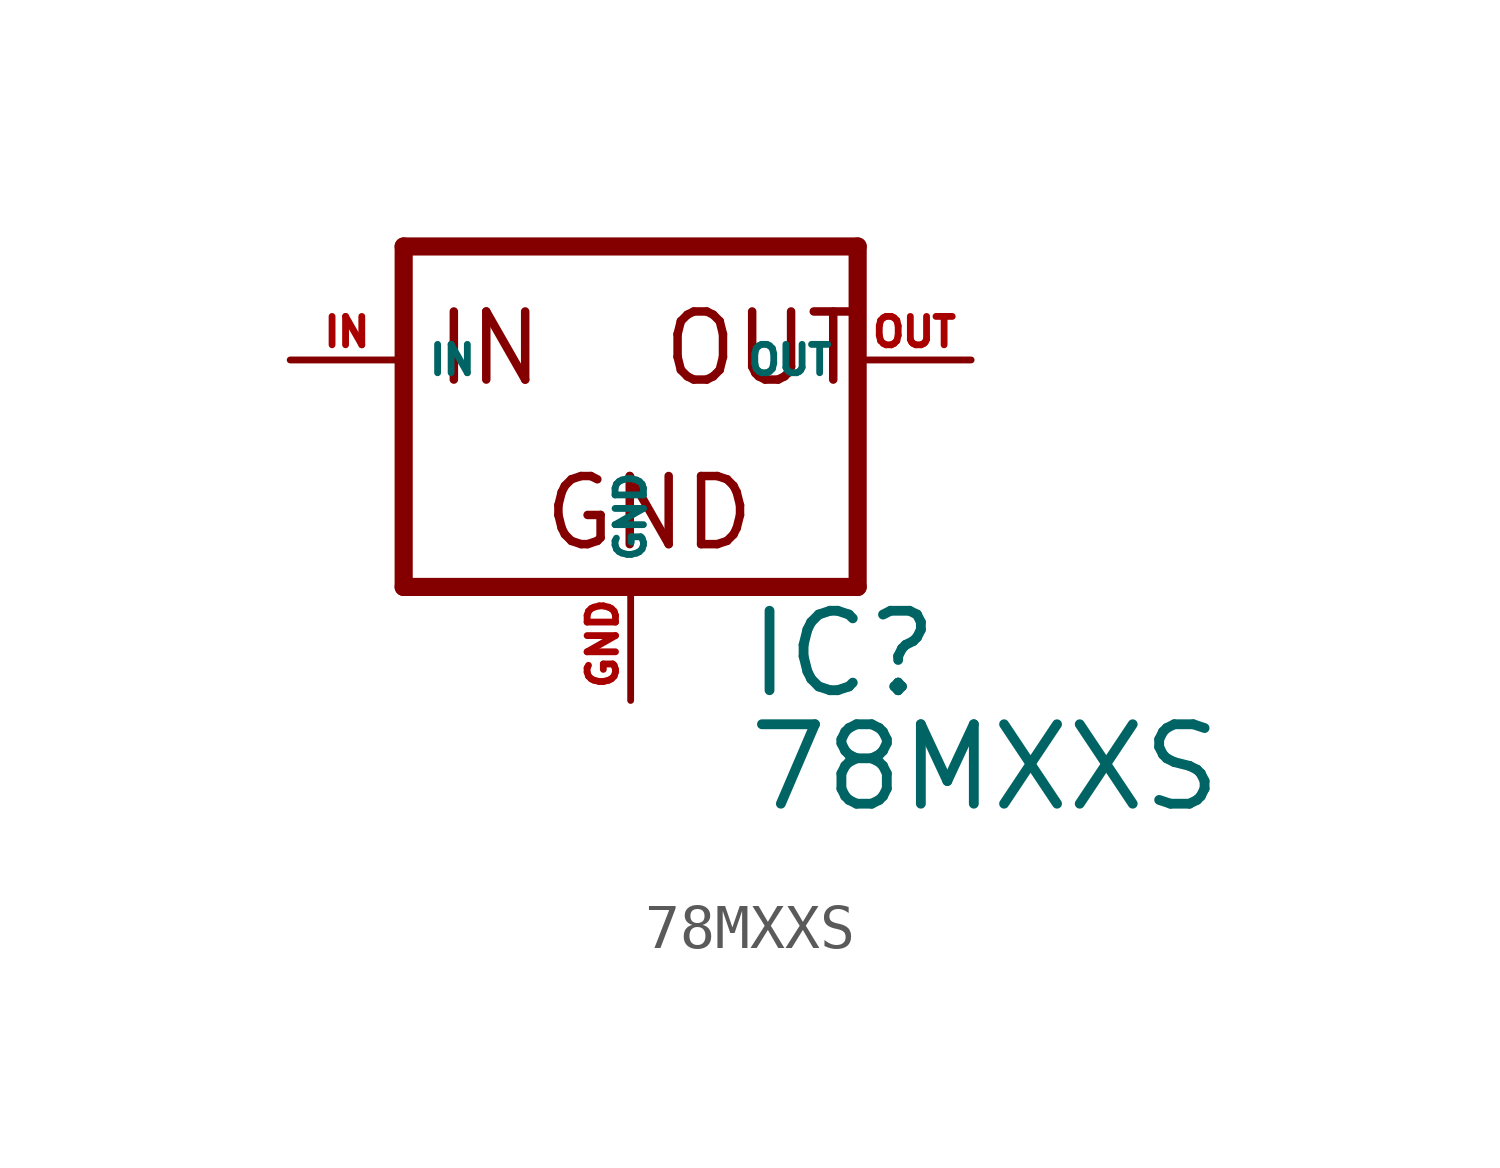
<source format=kicad_sym>
(kicad_symbol_lib
  (version 20220914)
  (generator Eagle2Kicad)
  (symbol "78MXXS"
    (property "Reference" "IC"
      (at 2.54 -7.62 0)
      (effects (font (size 1.778 1.778) (thickness 0.22)) (justify left bottom)))
    (property "Value" "78MXXS"
      (at 2.54 -10.16 0)
      (effects (font (size 1.778 1.778) (thickness 0.22)) (justify left bottom)))
    (polyline
      (pts (xy -5.08 -5.08) (xy 5.08 -5.08))
      (stroke (width 0.406) (type default))
      (fill (type none)))
    (polyline
      (pts (xy 5.08 -5.08) (xy 5.08 2.54))
      (stroke (width 0.406) (type default))
      (fill (type none)))
    (polyline
      (pts (xy 5.08 2.54) (xy -5.08 2.54))
      (stroke (width 0.406) (type default))
      (fill (type none)))
    (polyline
      (pts (xy -5.08 2.54) (xy -5.08 -5.08))
      (stroke (width 0.406) (type default))
      (fill (type none)))
    (text "GND"
      (at -2.032 -4.318 0)
      (effects (font (size 1.524 1.524) (thickness 0.19)) (justify left bottom)))
    (text "IN"
      (at -4.445 -0.635 0)
      (effects (font (size 1.524 1.524) (thickness 0.19)) (justify left bottom)))
    (text "OUT"
      (at 0.635 -0.635 0)
      (effects (font (size 1.524 1.524) (thickness 0.19)) (justify left bottom)))
    (pin input line
      (at -7.62 0 0)
      (length 2.54)
      (name "IN" (effects (font (size 0.635 0.635) (thickness 0.08)) (justify left bottom)))
      (number "IN" (effects (font (size 0.635 0.635) (thickness 0.08)) (justify left bottom))))
    (pin input line
      (at 0 -7.62 90)
      (length 2.54)
      (name "GND" (effects (font (size 0.635 0.635) (thickness 0.08)) (justify left bottom)))
      (number "GND" (effects (font (size 0.635 0.635) (thickness 0.08)) (justify left bottom))))
    (pin passive line
      (at 7.62 0 180)
      (length 2.54)
      (name "OUT" (effects (font (size 0.635 0.635) (thickness 0.08)) (justify left bottom)))
      (number "OUT" (effects (font (size 0.635 0.635) (thickness 0.08)) (justify left bottom))))))
</source>
